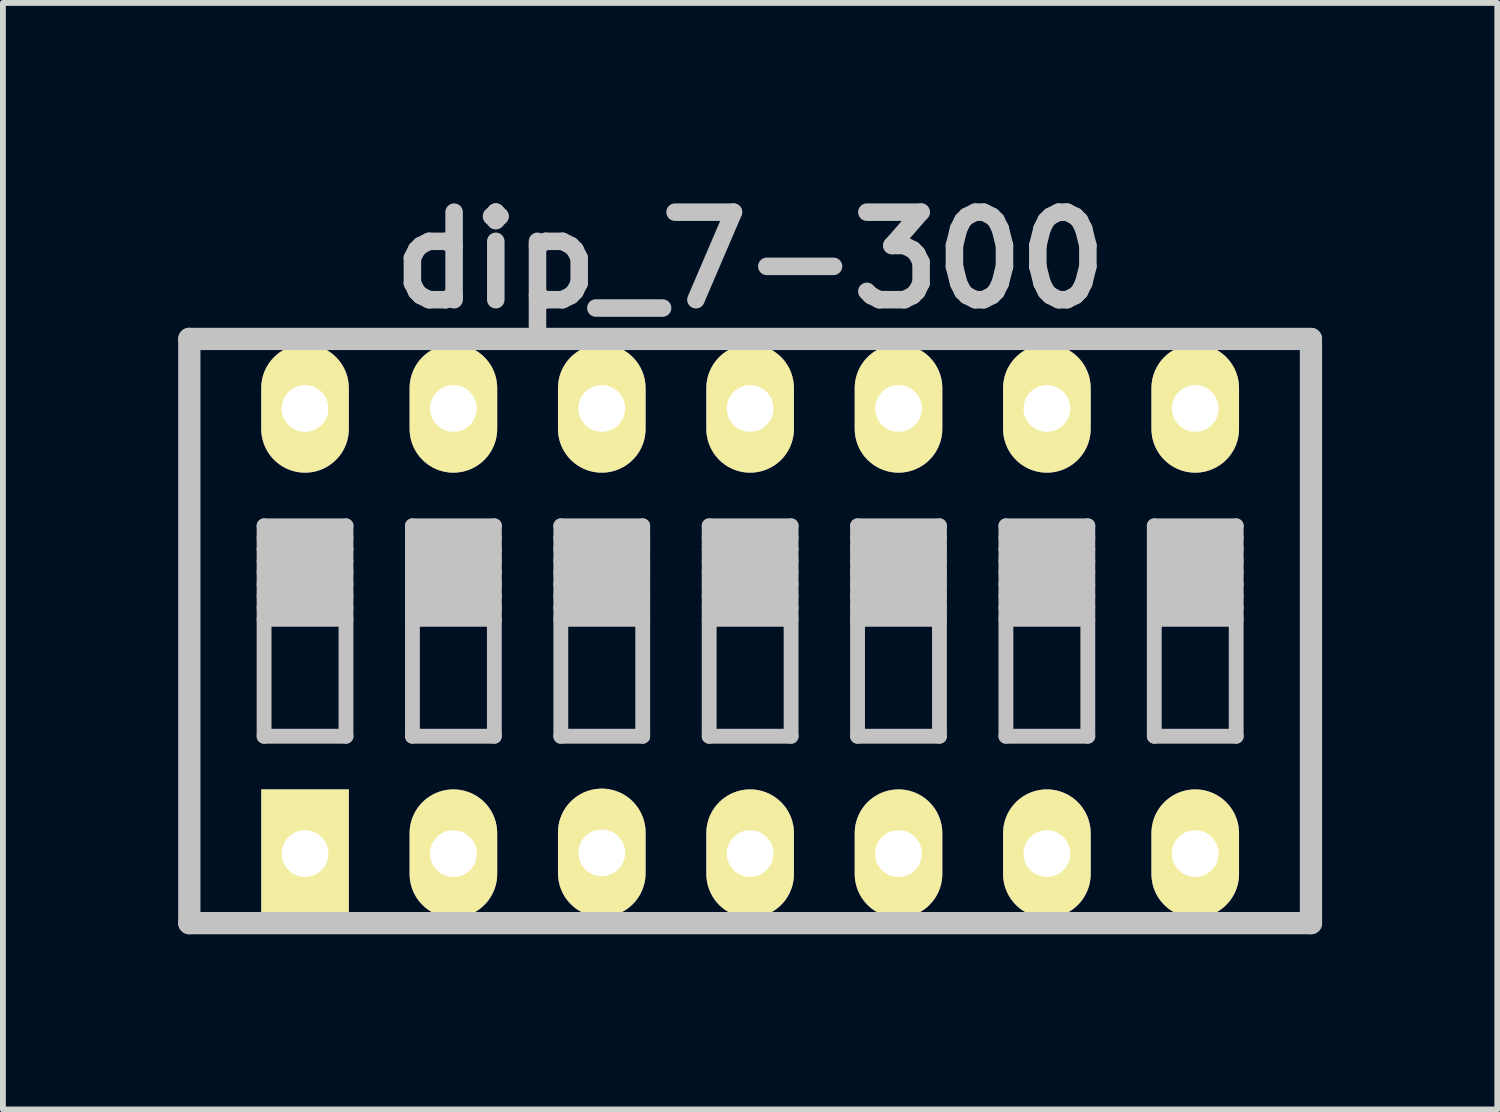
<source format=kicad_pcb>
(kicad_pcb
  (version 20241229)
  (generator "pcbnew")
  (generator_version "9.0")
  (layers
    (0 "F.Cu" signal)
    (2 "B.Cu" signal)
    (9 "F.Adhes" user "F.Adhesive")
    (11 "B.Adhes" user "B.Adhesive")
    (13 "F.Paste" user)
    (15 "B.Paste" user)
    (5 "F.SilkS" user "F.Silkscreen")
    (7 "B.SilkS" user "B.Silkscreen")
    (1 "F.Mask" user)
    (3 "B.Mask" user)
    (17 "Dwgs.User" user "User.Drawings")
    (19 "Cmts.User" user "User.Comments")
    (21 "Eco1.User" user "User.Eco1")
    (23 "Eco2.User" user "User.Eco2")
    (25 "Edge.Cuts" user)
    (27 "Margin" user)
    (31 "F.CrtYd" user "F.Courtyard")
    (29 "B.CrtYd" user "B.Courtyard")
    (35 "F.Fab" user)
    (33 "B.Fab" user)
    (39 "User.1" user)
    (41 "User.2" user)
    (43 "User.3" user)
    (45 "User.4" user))
  (footprint "dip_7-300"
    (layer "F.Cu")
    (at 9.792 7.753)
    (property "Reference" "dip_7-300" (at 0 -6.35 0) (layer "Dwgs.User") (effects (font (size 1.499 1.499) (thickness 0.3))))
    (attr through_hole)
    (fp_line (start -9.601 5.001) (end -9.601 -5.001) (stroke (width 0.381) (type solid)) (layer "Dwgs.User"))
    (fp_line (start -9.601 5.001) (end 9.601 5.001) (stroke (width 0.381) (type solid)) (layer "Dwgs.User"))
    (fp_line (start -8.321 -1.801) (end -8.321 1.801) (stroke (width 0.254) (type solid)) (layer "Dwgs.User"))
    (fp_line (start -8.321 -1.6) (end -6.919 -1.6) (stroke (width 0.254) (type solid)) (layer "Dwgs.User"))
    (fp_line (start -8.321 -1.4) (end -6.919 -1.4) (stroke (width 0.254) (type solid)) (layer "Dwgs.User"))
    (fp_line (start -8.321 -1.201) (end -6.919 -1.201) (stroke (width 0.254) (type solid)) (layer "Dwgs.User"))
    (fp_line (start -8.321 -1.001) (end -6.919 -1.001) (stroke (width 0.254) (type solid)) (layer "Dwgs.User"))
    (fp_line (start -8.321 -0.8) (end -6.919 -0.8) (stroke (width 0.254) (type solid)) (layer "Dwgs.User"))
    (fp_line (start -8.321 -0.599) (end -6.919 -0.599) (stroke (width 0.254) (type solid)) (layer "Dwgs.User"))
    (fp_line (start -8.321 -0.401) (end -6.919 -0.401) (stroke (width 0.254) (type solid)) (layer "Dwgs.User"))
    (fp_line (start -8.321 -0.201) (end -6.919 -0.201) (stroke (width 0.254) (type solid)) (layer "Dwgs.User"))
    (fp_line (start -8.321 1.801) (end -6.919 1.801) (stroke (width 0.254) (type solid)) (layer "Dwgs.User"))
    (fp_line (start -6.919 -1.801) (end -8.321 -1.801) (stroke (width 0.254) (type solid)) (layer "Dwgs.User"))
    (fp_line (start -6.919 1.801) (end -6.919 -1.801) (stroke (width 0.254) (type solid)) (layer "Dwgs.User"))
    (fp_line (start -5.781 -1.801) (end -5.781 1.801) (stroke (width 0.254) (type solid)) (layer "Dwgs.User"))
    (fp_line (start -5.781 -1.6) (end -4.379 -1.6) (stroke (width 0.254) (type solid)) (layer "Dwgs.User"))
    (fp_line (start -5.781 -1.4) (end -4.379 -1.4) (stroke (width 0.254) (type solid)) (layer "Dwgs.User"))
    (fp_line (start -5.781 -1.201) (end -4.379 -1.201) (stroke (width 0.254) (type solid)) (layer "Dwgs.User"))
    (fp_line (start -5.781 -1.001) (end -4.379 -1.001) (stroke (width 0.254) (type solid)) (layer "Dwgs.User"))
    (fp_line (start -5.781 -0.8) (end -4.379 -0.8) (stroke (width 0.254) (type solid)) (layer "Dwgs.User"))
    (fp_line (start -5.781 -0.599) (end -4.379 -0.599) (stroke (width 0.254) (type solid)) (layer "Dwgs.User"))
    (fp_line (start -5.781 -0.401) (end -4.379 -0.401) (stroke (width 0.254) (type solid)) (layer "Dwgs.User"))
    (fp_line (start -5.781 -0.201) (end -4.379 -0.201) (stroke (width 0.254) (type solid)) (layer "Dwgs.User"))
    (fp_line (start -5.781 1.801) (end -4.379 1.801) (stroke (width 0.254) (type solid)) (layer "Dwgs.User"))
    (fp_line (start -4.379 -1.801) (end -5.781 -1.801) (stroke (width 0.254) (type solid)) (layer "Dwgs.User"))
    (fp_line (start -4.379 1.801) (end -4.379 -1.801) (stroke (width 0.254) (type solid)) (layer "Dwgs.User"))
    (fp_line (start -3.241 -1.801) (end -3.241 1.801) (stroke (width 0.254) (type solid)) (layer "Dwgs.User"))
    (fp_line (start -3.241 -1.6) (end -1.839 -1.6) (stroke (width 0.254) (type solid)) (layer "Dwgs.User"))
    (fp_line (start -3.241 -1.4) (end -1.839 -1.4) (stroke (width 0.254) (type solid)) (layer "Dwgs.User"))
    (fp_line (start -3.241 -1.201) (end -1.839 -1.201) (stroke (width 0.254) (type solid)) (layer "Dwgs.User"))
    (fp_line (start -3.241 -1.001) (end -1.839 -1.001) (stroke (width 0.254) (type solid)) (layer "Dwgs.User"))
    (fp_line (start -3.241 -0.8) (end -1.839 -0.8) (stroke (width 0.254) (type solid)) (layer "Dwgs.User"))
    (fp_line (start -3.241 -0.599) (end -1.839 -0.599) (stroke (width 0.254) (type solid)) (layer "Dwgs.User"))
    (fp_line (start -3.241 -0.401) (end -1.839 -0.401) (stroke (width 0.254) (type solid)) (layer "Dwgs.User"))
    (fp_line (start -3.241 -0.201) (end -1.839 -0.201) (stroke (width 0.254) (type solid)) (layer "Dwgs.User"))
    (fp_line (start -3.241 1.801) (end -1.839 1.801) (stroke (width 0.254) (type solid)) (layer "Dwgs.User"))
    (fp_line (start -1.839 -1.801) (end -3.241 -1.801) (stroke (width 0.254) (type solid)) (layer "Dwgs.User"))
    (fp_line (start -1.839 1.801) (end -1.839 -1.801) (stroke (width 0.254) (type solid)) (layer "Dwgs.User"))
    (fp_line (start -0.701 -1.801) (end -0.701 1.801) (stroke (width 0.254) (type solid)) (layer "Dwgs.User"))
    (fp_line (start -0.701 -1.6) (end 0.701 -1.6) (stroke (width 0.254) (type solid)) (layer "Dwgs.User"))
    (fp_line (start -0.701 -1.4) (end 0.701 -1.4) (stroke (width 0.254) (type solid)) (layer "Dwgs.User"))
    (fp_line (start -0.701 -1.201) (end 0.701 -1.201) (stroke (width 0.254) (type solid)) (layer "Dwgs.User"))
    (fp_line (start -0.701 -1.001) (end 0.701 -1.001) (stroke (width 0.254) (type solid)) (layer "Dwgs.User"))
    (fp_line (start -0.701 -0.8) (end 0.701 -0.8) (stroke (width 0.254) (type solid)) (layer "Dwgs.User"))
    (fp_line (start -0.701 -0.599) (end 0.701 -0.599) (stroke (width 0.254) (type solid)) (layer "Dwgs.User"))
    (fp_line (start -0.701 -0.401) (end 0.701 -0.401) (stroke (width 0.254) (type solid)) (layer "Dwgs.User"))
    (fp_line (start -0.701 -0.201) (end 0.701 -0.201) (stroke (width 0.254) (type solid)) (layer "Dwgs.User"))
    (fp_line (start -0.701 1.801) (end 0.701 1.801) (stroke (width 0.254) (type solid)) (layer "Dwgs.User"))
    (fp_line (start 0.701 -1.801) (end -0.701 -1.801) (stroke (width 0.254) (type solid)) (layer "Dwgs.User"))
    (fp_line (start 0.701 1.801) (end 0.701 -1.801) (stroke (width 0.254) (type solid)) (layer "Dwgs.User"))
    (fp_line (start 1.839 -1.801) (end 1.839 1.801) (stroke (width 0.254) (type solid)) (layer "Dwgs.User"))
    (fp_line (start 1.839 -1.6) (end 3.241 -1.6) (stroke (width 0.254) (type solid)) (layer "Dwgs.User"))
    (fp_line (start 1.839 -1.4) (end 3.241 -1.4) (stroke (width 0.254) (type solid)) (layer "Dwgs.User"))
    (fp_line (start 1.839 -1.201) (end 3.241 -1.201) (stroke (width 0.254) (type solid)) (layer "Dwgs.User"))
    (fp_line (start 1.839 -1.001) (end 3.241 -1.001) (stroke (width 0.254) (type solid)) (layer "Dwgs.User"))
    (fp_line (start 1.839 -0.8) (end 3.241 -0.8) (stroke (width 0.254) (type solid)) (layer "Dwgs.User"))
    (fp_line (start 1.839 -0.599) (end 3.241 -0.599) (stroke (width 0.254) (type solid)) (layer "Dwgs.User"))
    (fp_line (start 1.839 -0.401) (end 3.241 -0.401) (stroke (width 0.254) (type solid)) (layer "Dwgs.User"))
    (fp_line (start 1.839 -0.201) (end 3.241 -0.201) (stroke (width 0.254) (type solid)) (layer "Dwgs.User"))
    (fp_line (start 1.839 1.801) (end 3.241 1.801) (stroke (width 0.254) (type solid)) (layer "Dwgs.User"))
    (fp_line (start 3.241 -1.801) (end 1.839 -1.801) (stroke (width 0.254) (type solid)) (layer "Dwgs.User"))
    (fp_line (start 3.241 1.801) (end 3.241 -1.801) (stroke (width 0.254) (type solid)) (layer "Dwgs.User"))
    (fp_line (start 4.379 -1.801) (end 4.379 1.801) (stroke (width 0.254) (type solid)) (layer "Dwgs.User"))
    (fp_line (start 4.379 -1.6) (end 5.781 -1.6) (stroke (width 0.254) (type solid)) (layer "Dwgs.User"))
    (fp_line (start 4.379 -1.4) (end 5.781 -1.4) (stroke (width 0.254) (type solid)) (layer "Dwgs.User"))
    (fp_line (start 4.379 -1.201) (end 5.781 -1.201) (stroke (width 0.254) (type solid)) (layer "Dwgs.User"))
    (fp_line (start 4.379 -1.001) (end 5.781 -1.001) (stroke (width 0.254) (type solid)) (layer "Dwgs.User"))
    (fp_line (start 4.379 -0.8) (end 5.781 -0.8) (stroke (width 0.254) (type solid)) (layer "Dwgs.User"))
    (fp_line (start 4.379 -0.599) (end 5.781 -0.599) (stroke (width 0.254) (type solid)) (layer "Dwgs.User"))
    (fp_line (start 4.379 -0.401) (end 5.781 -0.401) (stroke (width 0.254) (type solid)) (layer "Dwgs.User"))
    (fp_line (start 4.379 -0.201) (end 5.781 -0.201) (stroke (width 0.254) (type solid)) (layer "Dwgs.User"))
    (fp_line (start 4.379 1.801) (end 5.781 1.801) (stroke (width 0.254) (type solid)) (layer "Dwgs.User"))
    (fp_line (start 5.781 -1.801) (end 4.379 -1.801) (stroke (width 0.254) (type solid)) (layer "Dwgs.User"))
    (fp_line (start 5.781 1.801) (end 5.781 -1.801) (stroke (width 0.254) (type solid)) (layer "Dwgs.User"))
    (fp_line (start 6.919 -1.801) (end 6.919 1.801) (stroke (width 0.254) (type solid)) (layer "Dwgs.User"))
    (fp_line (start 6.919 -1.6) (end 8.321 -1.6) (stroke (width 0.254) (type solid)) (layer "Dwgs.User"))
    (fp_line (start 6.919 -1.4) (end 8.321 -1.4) (stroke (width 0.254) (type solid)) (layer "Dwgs.User"))
    (fp_line (start 6.919 -1.201) (end 8.321 -1.201) (stroke (width 0.254) (type solid)) (layer "Dwgs.User"))
    (fp_line (start 6.919 -1.001) (end 8.321 -1.001) (stroke (width 0.254) (type solid)) (layer "Dwgs.User"))
    (fp_line (start 6.919 -0.8) (end 8.321 -0.8) (stroke (width 0.254) (type solid)) (layer "Dwgs.User"))
    (fp_line (start 6.919 -0.599) (end 8.321 -0.599) (stroke (width 0.254) (type solid)) (layer "Dwgs.User"))
    (fp_line (start 6.919 -0.401) (end 8.321 -0.401) (stroke (width 0.254) (type solid)) (layer "Dwgs.User"))
    (fp_line (start 6.919 -0.201) (end 8.321 -0.201) (stroke (width 0.254) (type solid)) (layer "Dwgs.User"))
    (fp_line (start 6.919 1.801) (end 8.321 1.801) (stroke (width 0.254) (type solid)) (layer "Dwgs.User"))
    (fp_line (start 8.321 -1.801) (end 6.919 -1.801) (stroke (width 0.254) (type solid)) (layer "Dwgs.User"))
    (fp_line (start 8.321 1.801) (end 8.321 -1.801) (stroke (width 0.254) (type solid)) (layer "Dwgs.User"))
    (fp_line (start 9.601 -5.001) (end -9.601 -5.001) (stroke (width 0.381) (type solid)) (layer "Dwgs.User"))
    (fp_line (start 9.601 -4.999) (end 9.601 5.001) (stroke (width 0.381) (type solid)) (layer "Dwgs.User"))
    (pad "1" thru_hole rect (at -7.62 3.81) (size 1.499 2.197) (drill 0.8) (layers "*.Cu" "*.Mask" "F.SilkS"))
    (pad "2" thru_hole oval (at -5.08 3.81) (size 1.499 2.197) (drill 0.8) (layers "*.Cu" "*.Mask" "F.SilkS"))
    (pad "3" thru_hole oval (at -2.54 3.797) (size 1.499 2.197) (drill 0.8) (layers "*.Cu" "*.Mask" "F.SilkS"))
    (pad "4" thru_hole oval (at 0 3.81) (size 1.499 2.197) (drill 0.8) (layers "*.Cu" "*.Mask" "F.SilkS"))
    (pad "5" thru_hole oval (at 2.54 3.81) (size 1.499 2.197) (drill 0.8) (layers "*.Cu" "*.Mask" "F.SilkS"))
    (pad "6" thru_hole oval (at 5.08 3.81) (size 1.499 2.197) (drill 0.8) (layers "*.Cu" "*.Mask" "F.SilkS"))
    (pad "7" thru_hole oval (at 7.62 3.81) (size 1.499 2.197) (drill 0.8) (layers "*.Cu" "*.Mask" "F.SilkS"))
    (pad "8" thru_hole oval (at 7.62 -3.81) (size 1.499 2.197) (drill 0.8) (layers "*.Cu" "*.Mask" "F.SilkS"))
    (pad "9" thru_hole oval (at 5.08 -3.81) (size 1.499 2.197) (drill 0.8) (layers "*.Cu" "*.Mask" "F.SilkS"))
    (pad "10" thru_hole oval (at 2.54 -3.81) (size 1.499 2.197) (drill 0.8) (layers "*.Cu" "*.Mask" "F.SilkS"))
    (pad "11" thru_hole oval (at 0 -3.81) (size 1.499 2.197) (drill 0.8) (layers "*.Cu" "*.Mask" "F.SilkS"))
    (pad "12" thru_hole oval (at -2.54 -3.81) (size 1.499 2.197) (drill 0.8) (layers "*.Cu" "*.Mask" "F.SilkS"))
    (pad "13" thru_hole oval (at -5.08 -3.81) (size 1.499 2.197) (drill 0.8) (layers "*.Cu" "*.Mask" "F.SilkS"))
    (pad "14" thru_hole oval (at -7.62 -3.81) (size 1.499 2.197) (drill 0.8) (layers "*.Cu" "*.Mask" "F.SilkS")))
  (gr_rect
    (start -3 -3)
    (end 22.583 15.944)
    (stroke (width 0.1) (type default))
    (fill no)
    (layer "Edge.Cuts")))
</source>
